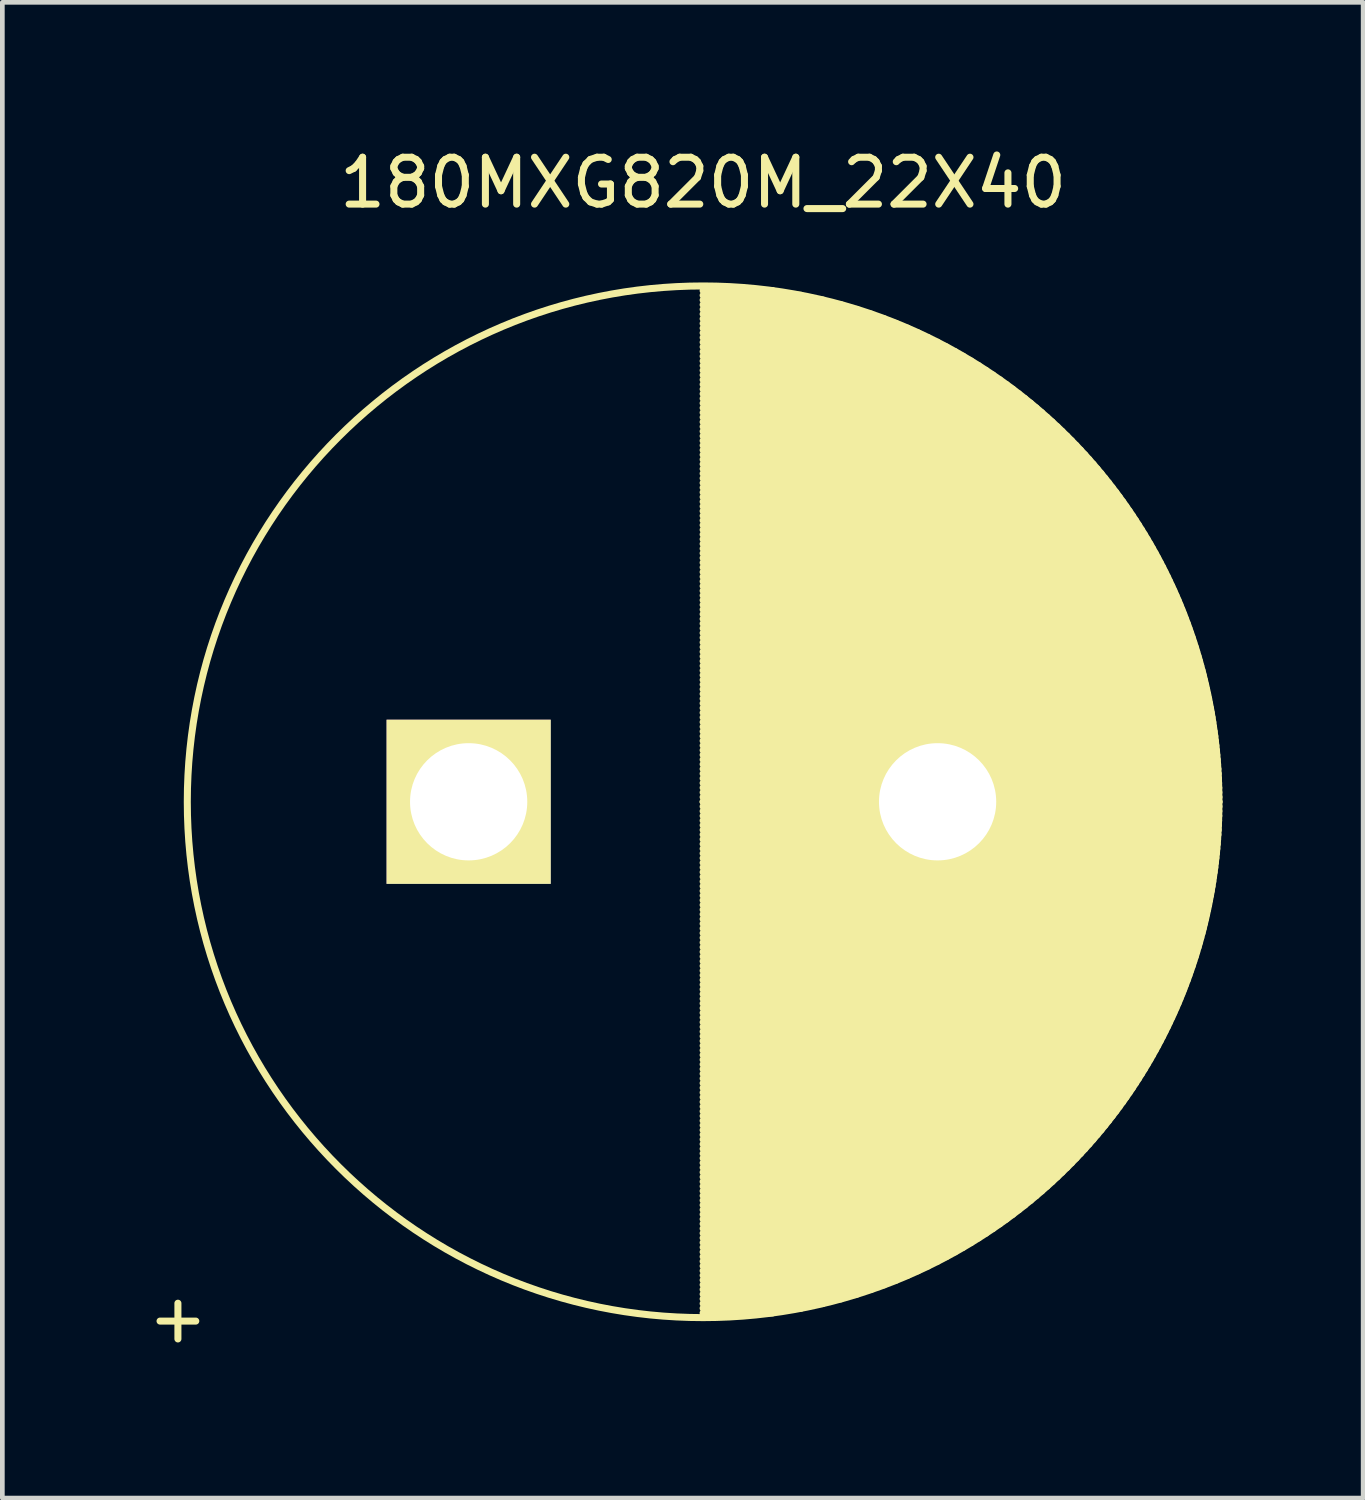
<source format=kicad_pcb>
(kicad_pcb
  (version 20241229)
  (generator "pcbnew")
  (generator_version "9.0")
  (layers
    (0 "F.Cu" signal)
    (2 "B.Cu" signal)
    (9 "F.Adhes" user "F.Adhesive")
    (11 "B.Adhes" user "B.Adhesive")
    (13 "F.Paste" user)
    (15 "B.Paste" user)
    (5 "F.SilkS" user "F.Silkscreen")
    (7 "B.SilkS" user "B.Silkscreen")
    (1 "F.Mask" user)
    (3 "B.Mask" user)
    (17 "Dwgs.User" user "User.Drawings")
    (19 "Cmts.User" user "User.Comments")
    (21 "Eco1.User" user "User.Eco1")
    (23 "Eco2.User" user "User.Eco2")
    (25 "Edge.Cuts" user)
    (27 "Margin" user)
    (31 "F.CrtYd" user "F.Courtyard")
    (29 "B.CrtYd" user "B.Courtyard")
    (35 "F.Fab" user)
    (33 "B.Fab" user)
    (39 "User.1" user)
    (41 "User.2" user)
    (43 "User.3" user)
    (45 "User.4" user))
  (footprint "180MXG820M_22X40"
    (layer "F.Cu")
    (at 6.944 14.048)
    (property "Reference" "180MXG820M_22X40" (at 5 -13.2 0) (layer "F.SilkS") (effects (font (size 1 1) (thickness 0.15))))
    (attr through_hole)
    (fp_line (start 5 -10.9) (end 6.48 -10.9) (stroke (width 0.15) (type solid)) (layer "F.SilkS"))
    (fp_line (start 5 -10.8) (end 7.088 -10.8) (stroke (width 0.15) (type solid)) (layer "F.SilkS"))
    (fp_line (start 5 -10.7) (end 7.551 -10.7) (stroke (width 0.15) (type solid)) (layer "F.SilkS"))
    (fp_line (start 5 -10.6) (end 7.939 -10.6) (stroke (width 0.15) (type solid)) (layer "F.SilkS"))
    (fp_line (start 5 -10.5) (end 8.279 -10.5) (stroke (width 0.15) (type solid)) (layer "F.SilkS"))
    (fp_line (start 5 -10.4) (end 8.583 -10.4) (stroke (width 0.15) (type solid)) (layer "F.SilkS"))
    (fp_line (start 5 -10.3) (end 8.861 -10.3) (stroke (width 0.15) (type solid)) (layer "F.SilkS"))
    (fp_line (start 5 -10.2) (end 9.118 -10.2) (stroke (width 0.15) (type solid)) (layer "F.SilkS"))
    (fp_line (start 5 -10.1) (end 9.358 -10.1) (stroke (width 0.15) (type solid)) (layer "F.SilkS"))
    (fp_line (start 5 -10) (end 9.583 -10) (stroke (width 0.15) (type solid)) (layer "F.SilkS"))
    (fp_line (start 5 -9.9) (end 9.795 -9.9) (stroke (width 0.15) (type solid)) (layer "F.SilkS"))
    (fp_line (start 5 -9.8) (end 9.996 -9.8) (stroke (width 0.15) (type solid)) (layer "F.SilkS"))
    (fp_line (start 5 -9.7) (end 10.187 -9.7) (stroke (width 0.15) (type solid)) (layer "F.SilkS"))
    (fp_line (start 5 -9.6) (end 10.37 -9.6) (stroke (width 0.15) (type solid)) (layer "F.SilkS"))
    (fp_line (start 5 -9.5) (end 10.545 -9.5) (stroke (width 0.15) (type solid)) (layer "F.SilkS"))
    (fp_line (start 5 -9.4) (end 10.713 -9.4) (stroke (width 0.15) (type solid)) (layer "F.SilkS"))
    (fp_line (start 5 -9.3) (end 10.875 -9.3) (stroke (width 0.15) (type solid)) (layer "F.SilkS"))
    (fp_line (start 5 -9.2) (end 11.03 -9.2) (stroke (width 0.15) (type solid)) (layer "F.SilkS"))
    (fp_line (start 5 -9.1) (end 11.18 -9.1) (stroke (width 0.15) (type solid)) (layer "F.SilkS"))
    (fp_line (start 5 -9) (end 11.325 -9) (stroke (width 0.15) (type solid)) (layer "F.SilkS"))
    (fp_line (start 5 -8.9) (end 11.465 -8.9) (stroke (width 0.15) (type solid)) (layer "F.SilkS"))
    (fp_line (start 5 -8.8) (end 11.6 -8.8) (stroke (width 0.15) (type solid)) (layer "F.SilkS"))
    (fp_line (start 5 -8.7) (end 11.731 -8.7) (stroke (width 0.15) (type solid)) (layer "F.SilkS"))
    (fp_line (start 5 -8.6) (end 11.859 -8.6) (stroke (width 0.15) (type solid)) (layer "F.SilkS"))
    (fp_line (start 5 -8.5) (end 11.982 -8.5) (stroke (width 0.15) (type solid)) (layer "F.SilkS"))
    (fp_line (start 5 -8.4) (end 12.102 -8.4) (stroke (width 0.15) (type solid)) (layer "F.SilkS"))
    (fp_line (start 5 -8.3) (end 12.219 -8.3) (stroke (width 0.15) (type solid)) (layer "F.SilkS"))
    (fp_line (start 5 -8.2) (end 12.332 -8.2) (stroke (width 0.15) (type solid)) (layer "F.SilkS"))
    (fp_line (start 5 -8.1) (end 12.442 -8.1) (stroke (width 0.15) (type solid)) (layer "F.SilkS"))
    (fp_line (start 5 -8) (end 12.55 -8) (stroke (width 0.15) (type solid)) (layer "F.SilkS"))
    (fp_line (start 5 -7.9) (end 12.654 -7.9) (stroke (width 0.15) (type solid)) (layer "F.SilkS"))
    (fp_line (start 5 -7.8) (end 12.756 -7.8) (stroke (width 0.15) (type solid)) (layer "F.SilkS"))
    (fp_line (start 5 -7.7) (end 12.856 -7.7) (stroke (width 0.15) (type solid)) (layer "F.SilkS"))
    (fp_line (start 5 -7.6) (end 12.952 -7.6) (stroke (width 0.15) (type solid)) (layer "F.SilkS"))
    (fp_line (start 5 -7.5) (end 13.047 -7.5) (stroke (width 0.15) (type solid)) (layer "F.SilkS"))
    (fp_line (start 5 -7.4) (end 13.139 -7.4) (stroke (width 0.15) (type solid)) (layer "F.SilkS"))
    (fp_line (start 5 -7.3) (end 13.229 -7.3) (stroke (width 0.15) (type solid)) (layer "F.SilkS"))
    (fp_line (start 5 -7.2) (end 13.316 -7.2) (stroke (width 0.15) (type solid)) (layer "F.SilkS"))
    (fp_line (start 5 -7.1) (end 13.402 -7.1) (stroke (width 0.15) (type solid)) (layer "F.SilkS"))
    (fp_line (start 5 -7) (end 13.485 -7) (stroke (width 0.15) (type solid)) (layer "F.SilkS"))
    (fp_line (start 5 -6.9) (end 13.567 -6.9) (stroke (width 0.15) (type solid)) (layer "F.SilkS"))
    (fp_line (start 5 -6.8) (end 13.646 -6.8) (stroke (width 0.15) (type solid)) (layer "F.SilkS"))
    (fp_line (start 5 -6.7) (end 13.724 -6.7) (stroke (width 0.15) (type solid)) (layer "F.SilkS"))
    (fp_line (start 5 -6.6) (end 13.8 -6.6) (stroke (width 0.15) (type solid)) (layer "F.SilkS"))
    (fp_line (start 5 -6.5) (end 13.874 -6.5) (stroke (width 0.15) (type solid)) (layer "F.SilkS"))
    (fp_line (start 5 -6.4) (end 13.947 -6.4) (stroke (width 0.15) (type solid)) (layer "F.SilkS"))
    (fp_line (start 5 -6.3) (end 14.017 -6.3) (stroke (width 0.15) (type solid)) (layer "F.SilkS"))
    (fp_line (start 5 -6.2) (end 14.086 -6.2) (stroke (width 0.15) (type solid)) (layer "F.SilkS"))
    (fp_line (start 5 -6.1) (end 14.154 -6.1) (stroke (width 0.15) (type solid)) (layer "F.SilkS"))
    (fp_line (start 5 -6) (end 14.22 -6) (stroke (width 0.15) (type solid)) (layer "F.SilkS"))
    (fp_line (start 5 -5.9) (end 14.284 -5.9) (stroke (width 0.15) (type solid)) (layer "F.SilkS"))
    (fp_line (start 5 -5.8) (end 14.347 -5.8) (stroke (width 0.15) (type solid)) (layer "F.SilkS"))
    (fp_line (start 5 -5.7) (end 14.408 -5.7) (stroke (width 0.15) (type solid)) (layer "F.SilkS"))
    (fp_line (start 5 -5.6) (end 14.468 -5.6) (stroke (width 0.15) (type solid)) (layer "F.SilkS"))
    (fp_line (start 5 -5.5) (end 14.526 -5.5) (stroke (width 0.15) (type solid)) (layer "F.SilkS"))
    (fp_line (start 5 -5.4) (end 14.583 -5.4) (stroke (width 0.15) (type solid)) (layer "F.SilkS"))
    (fp_line (start 5 -5.3) (end 14.639 -5.3) (stroke (width 0.15) (type solid)) (layer "F.SilkS"))
    (fp_line (start 5 -5.2) (end 14.693 -5.2) (stroke (width 0.15) (type solid)) (layer "F.SilkS"))
    (fp_line (start 5 -5.1) (end 14.746 -5.1) (stroke (width 0.15) (type solid)) (layer "F.SilkS"))
    (fp_line (start 5 -5) (end 14.798 -5) (stroke (width 0.15) (type solid)) (layer "F.SilkS"))
    (fp_line (start 5 -4.9) (end 14.848 -4.9) (stroke (width 0.15) (type solid)) (layer "F.SilkS"))
    (fp_line (start 5 -4.8) (end 14.897 -4.8) (stroke (width 0.15) (type solid)) (layer "F.SilkS"))
    (fp_line (start 5 -4.7) (end 14.945 -4.7) (stroke (width 0.15) (type solid)) (layer "F.SilkS"))
    (fp_line (start 5 -4.6) (end 14.992 -4.6) (stroke (width 0.15) (type solid)) (layer "F.SilkS"))
    (fp_line (start 5 -4.5) (end 15.037 -4.5) (stroke (width 0.15) (type solid)) (layer "F.SilkS"))
    (fp_line (start 5 -4.4) (end 15.082 -4.4) (stroke (width 0.15) (type solid)) (layer "F.SilkS"))
    (fp_line (start 5 -4.3) (end 15.125 -4.3) (stroke (width 0.15) (type solid)) (layer "F.SilkS"))
    (fp_line (start 5 -4.2) (end 15.167 -4.2) (stroke (width 0.15) (type solid)) (layer "F.SilkS"))
    (fp_line (start 5 -4.1) (end 15.207 -4.1) (stroke (width 0.15) (type solid)) (layer "F.SilkS"))
    (fp_line (start 5 -4) (end 15.247 -4) (stroke (width 0.15) (type solid)) (layer "F.SilkS"))
    (fp_line (start 5 -3.9) (end 15.285 -3.9) (stroke (width 0.15) (type solid)) (layer "F.SilkS"))
    (fp_line (start 5 -3.8) (end 15.323 -3.8) (stroke (width 0.15) (type solid)) (layer "F.SilkS"))
    (fp_line (start 5 -3.7) (end 15.359 -3.7) (stroke (width 0.15) (type solid)) (layer "F.SilkS"))
    (fp_line (start 5 -3.6) (end 15.394 -3.6) (stroke (width 0.15) (type solid)) (layer "F.SilkS"))
    (fp_line (start 5 -3.5) (end 15.428 -3.5) (stroke (width 0.15) (type solid)) (layer "F.SilkS"))
    (fp_line (start 5 -3.4) (end 15.461 -3.4) (stroke (width 0.15) (type solid)) (layer "F.SilkS"))
    (fp_line (start 5 -3.3) (end 15.493 -3.3) (stroke (width 0.15) (type solid)) (layer "F.SilkS"))
    (fp_line (start 5 -3.2) (end 15.524 -3.2) (stroke (width 0.15) (type solid)) (layer "F.SilkS"))
    (fp_line (start 5 -3.1) (end 15.554 -3.1) (stroke (width 0.15) (type solid)) (layer "F.SilkS"))
    (fp_line (start 5 -3) (end 15.583 -3) (stroke (width 0.15) (type solid)) (layer "F.SilkS"))
    (fp_line (start 5 -2.9) (end 15.611 -2.9) (stroke (width 0.15) (type solid)) (layer "F.SilkS"))
    (fp_line (start 5 -2.8) (end 15.638 -2.8) (stroke (width 0.15) (type solid)) (layer "F.SilkS"))
    (fp_line (start 5 -2.7) (end 15.663 -2.7) (stroke (width 0.15) (type solid)) (layer "F.SilkS"))
    (fp_line (start 5 -2.6) (end 15.688 -2.6) (stroke (width 0.15) (type solid)) (layer "F.SilkS"))
    (fp_line (start 5 -2.5) (end 15.712 -2.5) (stroke (width 0.15) (type solid)) (layer "F.SilkS"))
    (fp_line (start 5 -2.4) (end 15.735 -2.4) (stroke (width 0.15) (type solid)) (layer "F.SilkS"))
    (fp_line (start 5 -2.3) (end 15.757 -2.3) (stroke (width 0.15) (type solid)) (layer "F.SilkS"))
    (fp_line (start 5 -2.2) (end 15.778 -2.2) (stroke (width 0.15) (type solid)) (layer "F.SilkS"))
    (fp_line (start 5 -2.1) (end 15.798 -2.1) (stroke (width 0.15) (type solid)) (layer "F.SilkS"))
    (fp_line (start 5 -2) (end 15.817 -2) (stroke (width 0.15) (type solid)) (layer "F.SilkS"))
    (fp_line (start 5 -1.9) (end 15.835 -1.9) (stroke (width 0.15) (type solid)) (layer "F.SilkS"))
    (fp_line (start 5 -1.8) (end 15.852 -1.8) (stroke (width 0.15) (type solid)) (layer "F.SilkS"))
    (fp_line (start 5 -1.7) (end 15.868 -1.7) (stroke (width 0.15) (type solid)) (layer "F.SilkS"))
    (fp_line (start 5 -1.6) (end 15.883 -1.6) (stroke (width 0.15) (type solid)) (layer "F.SilkS"))
    (fp_line (start 5 -1.5) (end 15.897 -1.5) (stroke (width 0.15) (type solid)) (layer "F.SilkS"))
    (fp_line (start 5 -1.4) (end 15.911 -1.4) (stroke (width 0.15) (type solid)) (layer "F.SilkS"))
    (fp_line (start 5 -1.3) (end 15.923 -1.3) (stroke (width 0.15) (type solid)) (layer "F.SilkS"))
    (fp_line (start 5 -1.2) (end 15.934 -1.2) (stroke (width 0.15) (type solid)) (layer "F.SilkS"))
    (fp_line (start 5 -1.1) (end 15.945 -1.1) (stroke (width 0.15) (type solid)) (layer "F.SilkS"))
    (fp_line (start 5 -1) (end 15.954 -1) (stroke (width 0.15) (type solid)) (layer "F.SilkS"))
    (fp_line (start 5 -0.9) (end 15.963 -0.9) (stroke (width 0.15) (type solid)) (layer "F.SilkS"))
    (fp_line (start 5 -0.8) (end 15.971 -0.8) (stroke (width 0.15) (type solid)) (layer "F.SilkS"))
    (fp_line (start 5 -0.7) (end 15.978 -0.7) (stroke (width 0.15) (type solid)) (layer "F.SilkS"))
    (fp_line (start 5 -0.6) (end 15.984 -0.6) (stroke (width 0.15) (type solid)) (layer "F.SilkS"))
    (fp_line (start 5 -0.5) (end 15.989 -0.5) (stroke (width 0.15) (type solid)) (layer "F.SilkS"))
    (fp_line (start 5 -0.4) (end 15.993 -0.4) (stroke (width 0.15) (type solid)) (layer "F.SilkS"))
    (fp_line (start 5 -0.3) (end 15.996 -0.3) (stroke (width 0.15) (type solid)) (layer "F.SilkS"))
    (fp_line (start 5 -0.2) (end 15.998 -0.2) (stroke (width 0.15) (type solid)) (layer "F.SilkS"))
    (fp_line (start 5 -0.1) (end 16 -0.1) (stroke (width 0.15) (type solid)) (layer "F.SilkS"))
    (fp_line (start 5 0) (end 16 0) (stroke (width 0.15) (type solid)) (layer "F.SilkS"))
    (fp_line (start 5 0) (end 16 0) (stroke (width 0.15) (type solid)) (layer "F.SilkS"))
    (fp_line (start 5 0.1) (end 16 0.1) (stroke (width 0.15) (type solid)) (layer "F.SilkS"))
    (fp_line (start 5 0.2) (end 15.998 0.2) (stroke (width 0.15) (type solid)) (layer "F.SilkS"))
    (fp_line (start 5 0.3) (end 15.996 0.3) (stroke (width 0.15) (type solid)) (layer "F.SilkS"))
    (fp_line (start 5 0.4) (end 15.993 0.4) (stroke (width 0.15) (type solid)) (layer "F.SilkS"))
    (fp_line (start 5 0.5) (end 15.989 0.5) (stroke (width 0.15) (type solid)) (layer "F.SilkS"))
    (fp_line (start 5 0.6) (end 15.984 0.6) (stroke (width 0.15) (type solid)) (layer "F.SilkS"))
    (fp_line (start 5 0.7) (end 15.978 0.7) (stroke (width 0.15) (type solid)) (layer "F.SilkS"))
    (fp_line (start 5 0.8) (end 15.971 0.8) (stroke (width 0.15) (type solid)) (layer "F.SilkS"))
    (fp_line (start 5 0.9) (end 15.963 0.9) (stroke (width 0.15) (type solid)) (layer "F.SilkS"))
    (fp_line (start 5 1) (end 15.954 1) (stroke (width 0.15) (type solid)) (layer "F.SilkS"))
    (fp_line (start 5 1.1) (end 15.945 1.1) (stroke (width 0.15) (type solid)) (layer "F.SilkS"))
    (fp_line (start 5 1.2) (end 15.934 1.2) (stroke (width 0.15) (type solid)) (layer "F.SilkS"))
    (fp_line (start 5 1.3) (end 15.923 1.3) (stroke (width 0.15) (type solid)) (layer "F.SilkS"))
    (fp_line (start 5 1.4) (end 15.911 1.4) (stroke (width 0.15) (type solid)) (layer "F.SilkS"))
    (fp_line (start 5 1.5) (end 15.897 1.5) (stroke (width 0.15) (type solid)) (layer "F.SilkS"))
    (fp_line (start 5 1.6) (end 15.883 1.6) (stroke (width 0.15) (type solid)) (layer "F.SilkS"))
    (fp_line (start 5 1.7) (end 15.868 1.7) (stroke (width 0.15) (type solid)) (layer "F.SilkS"))
    (fp_line (start 5 1.8) (end 15.852 1.8) (stroke (width 0.15) (type solid)) (layer "F.SilkS"))
    (fp_line (start 5 1.9) (end 15.835 1.9) (stroke (width 0.15) (type solid)) (layer "F.SilkS"))
    (fp_line (start 5 2) (end 15.817 2) (stroke (width 0.15) (type solid)) (layer "F.SilkS"))
    (fp_line (start 5 2.1) (end 15.798 2.1) (stroke (width 0.15) (type solid)) (layer "F.SilkS"))
    (fp_line (start 5 2.2) (end 15.778 2.2) (stroke (width 0.15) (type solid)) (layer "F.SilkS"))
    (fp_line (start 5 2.3) (end 15.757 2.3) (stroke (width 0.15) (type solid)) (layer "F.SilkS"))
    (fp_line (start 5 2.4) (end 15.735 2.4) (stroke (width 0.15) (type solid)) (layer "F.SilkS"))
    (fp_line (start 5 2.5) (end 15.712 2.5) (stroke (width 0.15) (type solid)) (layer "F.SilkS"))
    (fp_line (start 5 2.6) (end 15.688 2.6) (stroke (width 0.15) (type solid)) (layer "F.SilkS"))
    (fp_line (start 5 2.7) (end 15.663 2.7) (stroke (width 0.15) (type solid)) (layer "F.SilkS"))
    (fp_line (start 5 2.8) (end 15.638 2.8) (stroke (width 0.15) (type solid)) (layer "F.SilkS"))
    (fp_line (start 5 2.9) (end 15.611 2.9) (stroke (width 0.15) (type solid)) (layer "F.SilkS"))
    (fp_line (start 5 3) (end 15.583 3) (stroke (width 0.15) (type solid)) (layer "F.SilkS"))
    (fp_line (start 5 3.1) (end 15.554 3.1) (stroke (width 0.15) (type solid)) (layer "F.SilkS"))
    (fp_line (start 5 3.2) (end 15.524 3.2) (stroke (width 0.15) (type solid)) (layer "F.SilkS"))
    (fp_line (start 5 3.3) (end 15.493 3.3) (stroke (width 0.15) (type solid)) (layer "F.SilkS"))
    (fp_line (start 5 3.4) (end 15.461 3.4) (stroke (width 0.15) (type solid)) (layer "F.SilkS"))
    (fp_line (start 5 3.5) (end 15.428 3.5) (stroke (width 0.15) (type solid)) (layer "F.SilkS"))
    (fp_line (start 5 3.6) (end 15.394 3.6) (stroke (width 0.15) (type solid)) (layer "F.SilkS"))
    (fp_line (start 5 3.7) (end 15.359 3.7) (stroke (width 0.15) (type solid)) (layer "F.SilkS"))
    (fp_line (start 5 3.8) (end 15.323 3.8) (stroke (width 0.15) (type solid)) (layer "F.SilkS"))
    (fp_line (start 5 3.9) (end 15.285 3.9) (stroke (width 0.15) (type solid)) (layer "F.SilkS"))
    (fp_line (start 5 4) (end 15.247 4) (stroke (width 0.15) (type solid)) (layer "F.SilkS"))
    (fp_line (start 5 4.1) (end 15.207 4.1) (stroke (width 0.15) (type solid)) (layer "F.SilkS"))
    (fp_line (start 5 4.2) (end 15.167 4.2) (stroke (width 0.15) (type solid)) (layer "F.SilkS"))
    (fp_line (start 5 4.3) (end 15.125 4.3) (stroke (width 0.15) (type solid)) (layer "F.SilkS"))
    (fp_line (start 5 4.4) (end 15.082 4.4) (stroke (width 0.15) (type solid)) (layer "F.SilkS"))
    (fp_line (start 5 4.5) (end 15.037 4.5) (stroke (width 0.15) (type solid)) (layer "F.SilkS"))
    (fp_line (start 5 4.6) (end 14.992 4.6) (stroke (width 0.15) (type solid)) (layer "F.SilkS"))
    (fp_line (start 5 4.7) (end 14.945 4.7) (stroke (width 0.15) (type solid)) (layer "F.SilkS"))
    (fp_line (start 5 4.8) (end 14.897 4.8) (stroke (width 0.15) (type solid)) (layer "F.SilkS"))
    (fp_line (start 5 4.9) (end 14.848 4.9) (stroke (width 0.15) (type solid)) (layer "F.SilkS"))
    (fp_line (start 5 5) (end 14.798 5) (stroke (width 0.15) (type solid)) (layer "F.SilkS"))
    (fp_line (start 5 5.1) (end 14.746 5.1) (stroke (width 0.15) (type solid)) (layer "F.SilkS"))
    (fp_line (start 5 5.2) (end 14.693 5.2) (stroke (width 0.15) (type solid)) (layer "F.SilkS"))
    (fp_line (start 5 5.3) (end 14.639 5.3) (stroke (width 0.15) (type solid)) (layer "F.SilkS"))
    (fp_line (start 5 5.4) (end 14.583 5.4) (stroke (width 0.15) (type solid)) (layer "F.SilkS"))
    (fp_line (start 5 5.5) (end 14.526 5.5) (stroke (width 0.15) (type solid)) (layer "F.SilkS"))
    (fp_line (start 5 5.6) (end 14.468 5.6) (stroke (width 0.15) (type solid)) (layer "F.SilkS"))
    (fp_line (start 5 5.7) (end 14.408 5.7) (stroke (width 0.15) (type solid)) (layer "F.SilkS"))
    (fp_line (start 5 5.8) (end 14.347 5.8) (stroke (width 0.15) (type solid)) (layer "F.SilkS"))
    (fp_line (start 5 5.9) (end 14.284 5.9) (stroke (width 0.15) (type solid)) (layer "F.SilkS"))
    (fp_line (start 5 6) (end 14.22 6) (stroke (width 0.15) (type solid)) (layer "F.SilkS"))
    (fp_line (start 5 6.1) (end 14.154 6.1) (stroke (width 0.15) (type solid)) (layer "F.SilkS"))
    (fp_line (start 5 6.2) (end 14.086 6.2) (stroke (width 0.15) (type solid)) (layer "F.SilkS"))
    (fp_line (start 5 6.3) (end 14.017 6.3) (stroke (width 0.15) (type solid)) (layer "F.SilkS"))
    (fp_line (start 5 6.4) (end 13.947 6.4) (stroke (width 0.15) (type solid)) (layer "F.SilkS"))
    (fp_line (start 5 6.5) (end 13.874 6.5) (stroke (width 0.15) (type solid)) (layer "F.SilkS"))
    (fp_line (start 5 6.6) (end 13.8 6.6) (stroke (width 0.15) (type solid)) (layer "F.SilkS"))
    (fp_line (start 5 6.7) (end 13.724 6.7) (stroke (width 0.15) (type solid)) (layer "F.SilkS"))
    (fp_line (start 5 6.8) (end 13.646 6.8) (stroke (width 0.15) (type solid)) (layer "F.SilkS"))
    (fp_line (start 5 6.9) (end 13.567 6.9) (stroke (width 0.15) (type solid)) (layer "F.SilkS"))
    (fp_line (start 5 7) (end 13.485 7) (stroke (width 0.15) (type solid)) (layer "F.SilkS"))
    (fp_line (start 5 7.1) (end 13.402 7.1) (stroke (width 0.15) (type solid)) (layer "F.SilkS"))
    (fp_line (start 5 7.2) (end 13.316 7.2) (stroke (width 0.15) (type solid)) (layer "F.SilkS"))
    (fp_line (start 5 7.3) (end 13.229 7.3) (stroke (width 0.15) (type solid)) (layer "F.SilkS"))
    (fp_line (start 5 7.4) (end 13.139 7.4) (stroke (width 0.15) (type solid)) (layer "F.SilkS"))
    (fp_line (start 5 7.5) (end 13.047 7.5) (stroke (width 0.15) (type solid)) (layer "F.SilkS"))
    (fp_line (start 5 7.6) (end 12.952 7.6) (stroke (width 0.15) (type solid)) (layer "F.SilkS"))
    (fp_line (start 5 7.7) (end 12.856 7.7) (stroke (width 0.15) (type solid)) (layer "F.SilkS"))
    (fp_line (start 5 7.8) (end 12.756 7.8) (stroke (width 0.15) (type solid)) (layer "F.SilkS"))
    (fp_line (start 5 7.9) (end 12.654 7.9) (stroke (width 0.15) (type solid)) (layer "F.SilkS"))
    (fp_line (start 5 8) (end 12.55 8) (stroke (width 0.15) (type solid)) (layer "F.SilkS"))
    (fp_line (start 5 8.1) (end 12.442 8.1) (stroke (width 0.15) (type solid)) (layer "F.SilkS"))
    (fp_line (start 5 8.2) (end 12.332 8.2) (stroke (width 0.15) (type solid)) (layer "F.SilkS"))
    (fp_line (start 5 8.3) (end 12.219 8.3) (stroke (width 0.15) (type solid)) (layer "F.SilkS"))
    (fp_line (start 5 8.4) (end 12.102 8.4) (stroke (width 0.15) (type solid)) (layer "F.SilkS"))
    (fp_line (start 5 8.5) (end 11.982 8.5) (stroke (width 0.15) (type solid)) (layer "F.SilkS"))
    (fp_line (start 5 8.6) (end 11.859 8.6) (stroke (width 0.15) (type solid)) (layer "F.SilkS"))
    (fp_line (start 5 8.7) (end 11.731 8.7) (stroke (width 0.15) (type solid)) (layer "F.SilkS"))
    (fp_line (start 5 8.8) (end 11.6 8.8) (stroke (width 0.15) (type solid)) (layer "F.SilkS"))
    (fp_line (start 5 8.9) (end 11.465 8.9) (stroke (width 0.15) (type solid)) (layer "F.SilkS"))
    (fp_line (start 5 9) (end 11.325 9) (stroke (width 0.15) (type solid)) (layer "F.SilkS"))
    (fp_line (start 5 9.1) (end 11.18 9.1) (stroke (width 0.15) (type solid)) (layer "F.SilkS"))
    (fp_line (start 5 9.2) (end 11.03 9.2) (stroke (width 0.15) (type solid)) (layer "F.SilkS"))
    (fp_line (start 5 9.3) (end 10.875 9.3) (stroke (width 0.15) (type solid)) (layer "F.SilkS"))
    (fp_line (start 5 9.4) (end 10.713 9.4) (stroke (width 0.15) (type solid)) (layer "F.SilkS"))
    (fp_line (start 5 9.5) (end 10.545 9.5) (stroke (width 0.15) (type solid)) (layer "F.SilkS"))
    (fp_line (start 5 9.6) (end 10.37 9.6) (stroke (width 0.15) (type solid)) (layer "F.SilkS"))
    (fp_line (start 5 9.7) (end 10.187 9.7) (stroke (width 0.15) (type solid)) (layer "F.SilkS"))
    (fp_line (start 5 9.8) (end 9.996 9.8) (stroke (width 0.15) (type solid)) (layer "F.SilkS"))
    (fp_line (start 5 9.9) (end 9.795 9.9) (stroke (width 0.15) (type solid)) (layer "F.SilkS"))
    (fp_line (start 5 10) (end 9.583 10) (stroke (width 0.15) (type solid)) (layer "F.SilkS"))
    (fp_line (start 5 10.1) (end 9.358 10.1) (stroke (width 0.15) (type solid)) (layer "F.SilkS"))
    (fp_line (start 5 10.2) (end 9.118 10.2) (stroke (width 0.15) (type solid)) (layer "F.SilkS"))
    (fp_line (start 5 10.3) (end 8.861 10.3) (stroke (width 0.15) (type solid)) (layer "F.SilkS"))
    (fp_line (start 5 10.4) (end 8.583 10.4) (stroke (width 0.15) (type solid)) (layer "F.SilkS"))
    (fp_line (start 5 10.5) (end 8.279 10.5) (stroke (width 0.15) (type solid)) (layer "F.SilkS"))
    (fp_line (start 5 10.6) (end 7.939 10.6) (stroke (width 0.15) (type solid)) (layer "F.SilkS"))
    (fp_line (start 5 10.7) (end 7.551 10.7) (stroke (width 0.15) (type solid)) (layer "F.SilkS"))
    (fp_line (start 5 10.8) (end 7.088 10.8) (stroke (width 0.15) (type solid)) (layer "F.SilkS"))
    (fp_line (start 5 10.9) (end 6.48 10.9) (stroke (width 0.15) (type solid)) (layer "F.SilkS"))
    (fp_circle (center 5 0) (end 5 -11) (stroke (width 0.15) (type solid)) (fill no) (layer "F.SilkS"))
    (fp_text user "+" (at -6.2 11 0) (layer "F.SilkS") (effects (font (size 1 1) (thickness 0.15))))
    (pad "1" thru_hole rect (at 0 0) (size 3.5 3.5) (drill 2.5) (layers "*.Cu" "*.Mask" "F.SilkS"))
    (pad "2" thru_hole circle (at 10 0) (size 3.5 3.5) (drill 2.5) (layers "*.Cu" "*.Mask" "F.SilkS")))
  (gr_rect
    (start -3 -3)
    (end 26.019 28.896)
    (stroke (width 0.1) (type default))
    (fill no)
    (layer "Edge.Cuts")))
</source>
